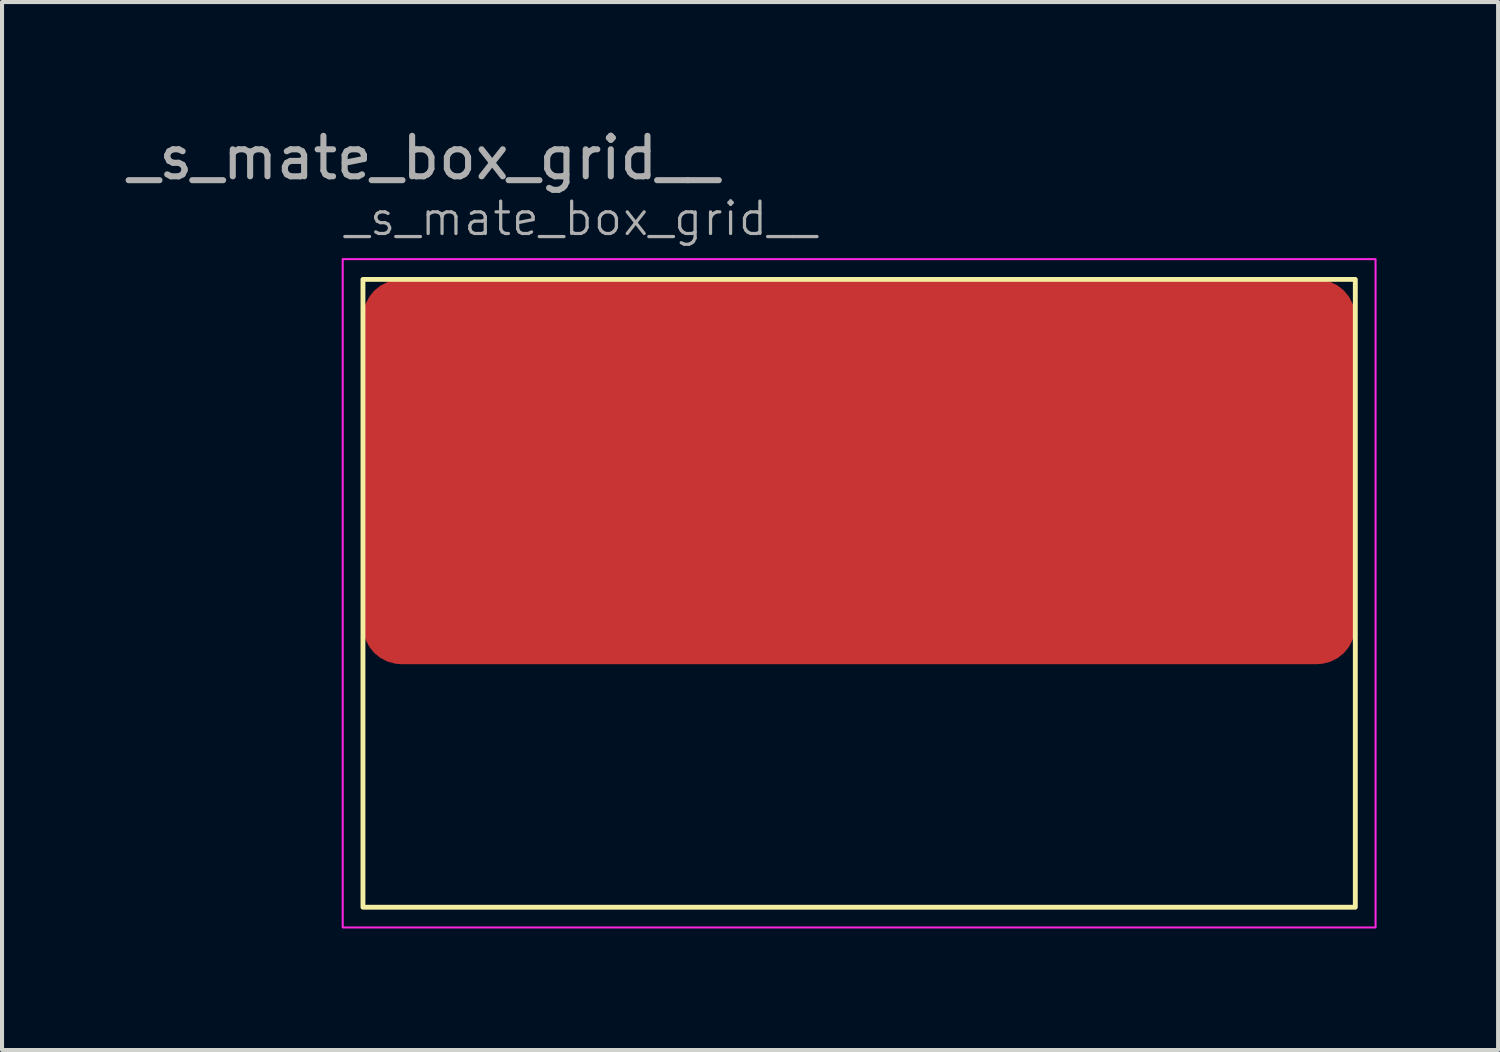
<source format=kicad_pcb>
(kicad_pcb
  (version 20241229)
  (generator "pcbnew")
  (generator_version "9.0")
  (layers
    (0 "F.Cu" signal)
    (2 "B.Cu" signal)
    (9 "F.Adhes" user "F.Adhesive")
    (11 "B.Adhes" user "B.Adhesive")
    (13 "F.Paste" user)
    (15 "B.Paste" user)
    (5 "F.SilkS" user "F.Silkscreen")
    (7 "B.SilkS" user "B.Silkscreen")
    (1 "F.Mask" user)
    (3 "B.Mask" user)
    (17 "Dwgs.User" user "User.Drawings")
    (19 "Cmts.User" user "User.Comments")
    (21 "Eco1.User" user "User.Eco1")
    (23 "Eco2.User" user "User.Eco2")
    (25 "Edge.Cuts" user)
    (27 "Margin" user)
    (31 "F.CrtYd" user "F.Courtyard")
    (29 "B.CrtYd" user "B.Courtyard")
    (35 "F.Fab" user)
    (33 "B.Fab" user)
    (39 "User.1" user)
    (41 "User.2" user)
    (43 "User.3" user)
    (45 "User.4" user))
  (footprint "_s_mate_box_grid__"
    (layer "F.Cu")
    (at 5.911 3.848)
    (property "Reference" "_s_mate_box_grid__" (at -0.5 -1.5 0) (unlocked yes) (layer "F.Fab") (effects (font (size 0.8 0.8) (thickness 0.08)) (justify left)))
    (attr smd)
    (fp_rect (start 0 0) (end 24.5 15.5) (stroke (width 0.12) (type solid)) (fill no) (layer "F.SilkS"))
    (fp_rect (start -0.5 -0.5) (end 25 16) (stroke (width 0.05) (type solid)) (fill no) (layer "F.CrtYd"))
    (fp_text user "${REFERENCE}" (at 1.5 -3 0) (unlocked yes) (layer "F.Fab") (effects (font (size 1 1) (thickness 0.15))))
    (pad "1" smd roundrect (at 12.25 4.75) (size 24.5 9.5) (layers "F.Cu" "F.Mask" "F.Paste") (roundrect_rratio 0.1)))
  (gr_rect
    (start -3 -3)
    (end 33.936 22.873)
    (stroke (width 0.1) (type default))
    (fill no)
    (layer "Edge.Cuts")))
</source>
